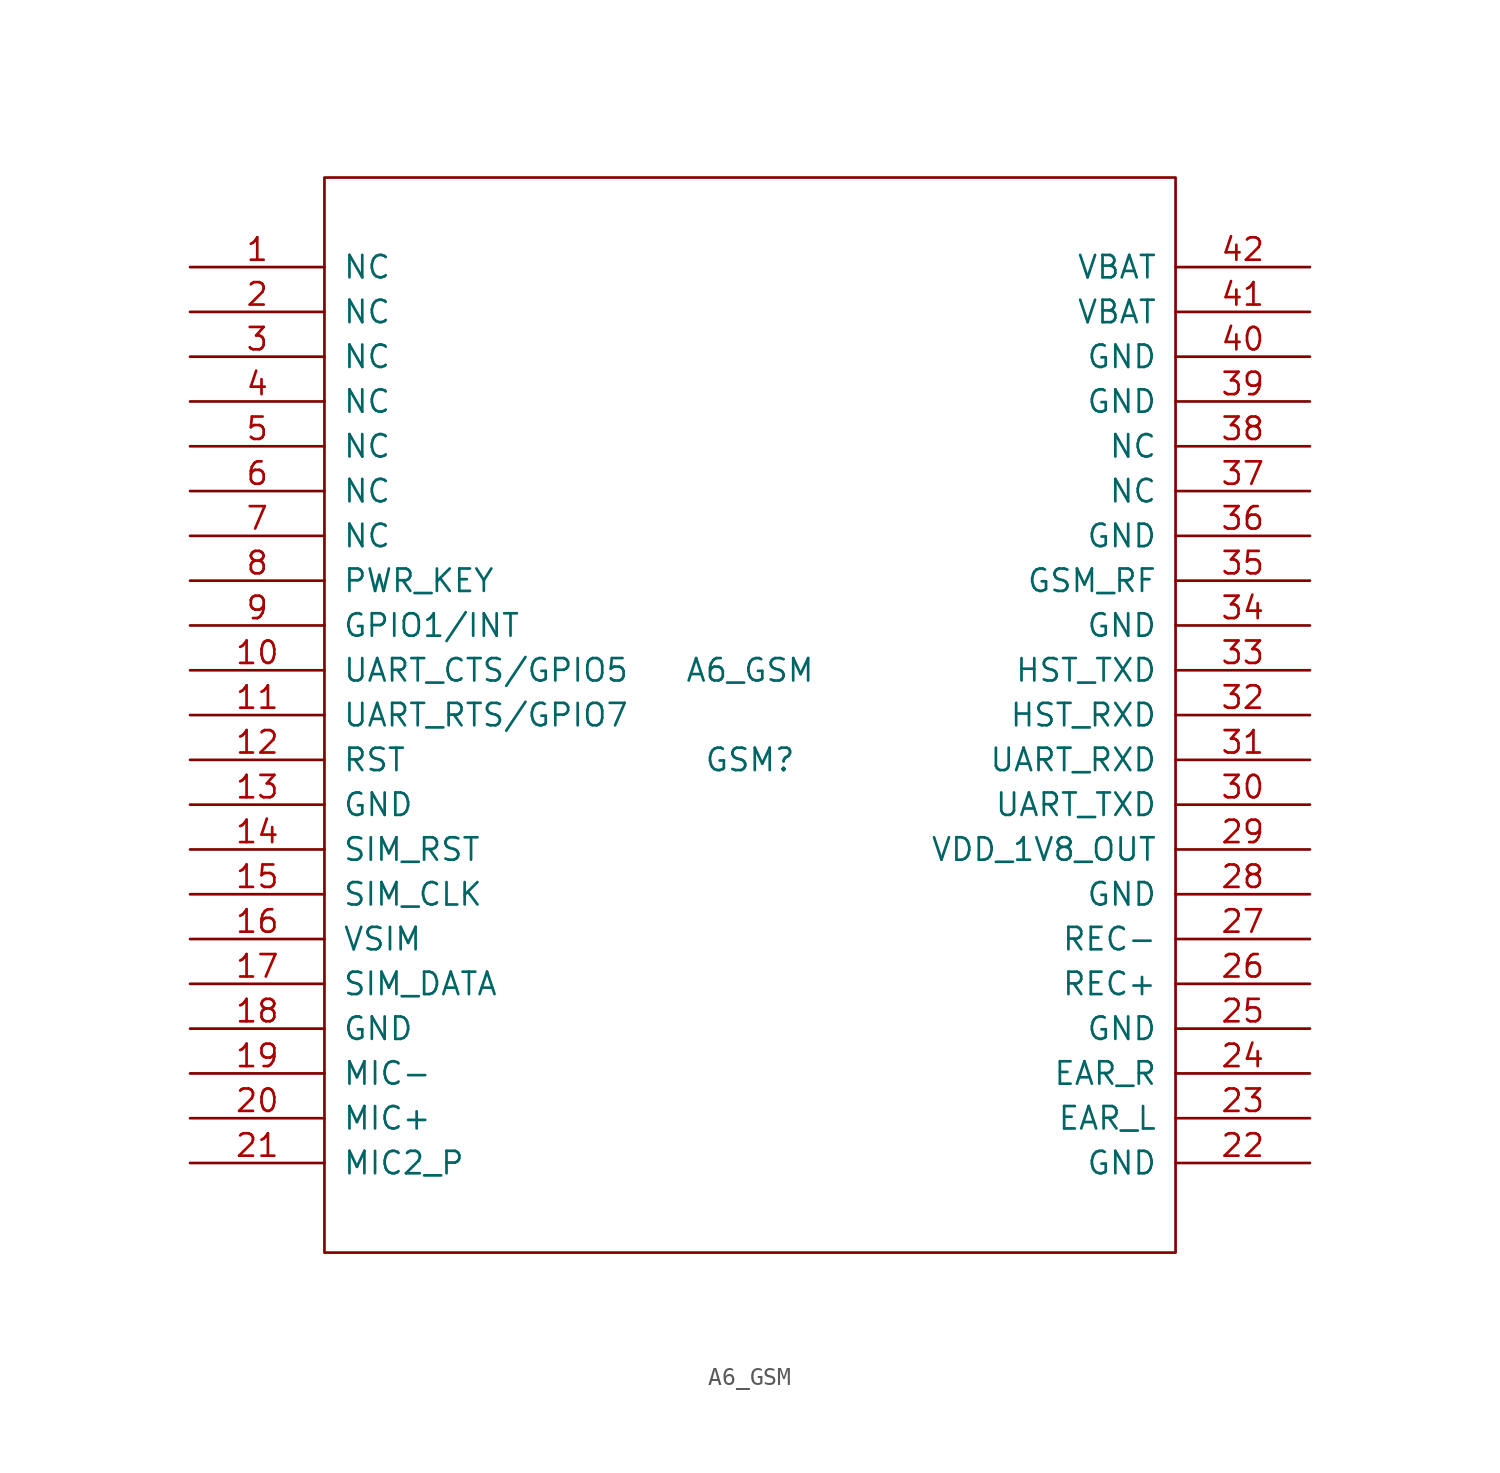
<source format=kicad_sym>
(kicad_symbol_lib
  (version 20231120)
  (generator "kicad_symbol_editor")
  (generator_version "8.0")
  (symbol "A6_GSM"
    (pin_names
      (offset 1.016))
    (property "Reference" "GSM"
      (at 0 -2.54 0)
      (effects (font (size 1.27 1.27))))
    (property "Value" "A6_GSM"
      (at 0 2.54 0)
      (effects (font (size 1.27 1.27))))
    (symbol "A6_GSM_1_0"
      (rectangle (start -24.13 -30.48) (end 24.13 30.48) (stroke (width 0) (type solid)) (fill (type none))))
    (symbol "A6_GSM_1_1"
      (pin unspecified line (at -31.75 25.4 0) (length 7.62) (name "NC" (effects (font (size 1.27 1.27)))) (number "1" (effects (font (size 1.27 1.27)))))
      (pin input line (at -31.75 2.54 0) (length 7.62) (name "UART_CTS/GPIO5" (effects (font (size 1.27 1.27)))) (number "10" (effects (font (size 1.27 1.27)))))
      (pin input line (at -31.75 0 0) (length 7.62) (name "UART_RTS/GPIO7" (effects (font (size 1.27 1.27)))) (number "11" (effects (font (size 1.27 1.27)))))
      (pin input line (at -31.75 -2.54 0) (length 7.62) (name "RST" (effects (font (size 1.27 1.27)))) (number "12" (effects (font (size 1.27 1.27)))))
      (pin input line (at -31.75 -5.08 0) (length 7.62) (name "GND" (effects (font (size 1.27 1.27)))) (number "13" (effects (font (size 1.27 1.27)))))
      (pin input line (at -31.75 -7.62 0) (length 7.62) (name "SIM_RST" (effects (font (size 1.27 1.27)))) (number "14" (effects (font (size 1.27 1.27)))))
      (pin input line (at -31.75 -10.16 0) (length 7.62) (name "SIM_CLK" (effects (font (size 1.27 1.27)))) (number "15" (effects (font (size 1.27 1.27)))))
      (pin power_out line (at -31.75 -12.7 0) (length 7.62) (name "VSIM" (effects (font (size 1.27 1.27)))) (number "16" (effects (font (size 1.27 1.27)))))
      (pin input line (at -31.75 -15.24 0) (length 7.62) (name "SIM_DATA" (effects (font (size 1.27 1.27)))) (number "17" (effects (font (size 1.27 1.27)))))
      (pin input line (at -31.75 -17.78 0) (length 7.62) (name "GND" (effects (font (size 1.27 1.27)))) (number "18" (effects (font (size 1.27 1.27)))))
      (pin input line (at -31.75 -20.32 0) (length 7.62) (name "MIC-" (effects (font (size 1.27 1.27)))) (number "19" (effects (font (size 1.27 1.27)))))
      (pin unspecified line (at -31.75 22.86 0) (length 7.62) (name "NC" (effects (font (size 1.27 1.27)))) (number "2" (effects (font (size 1.27 1.27)))))
      (pin input line (at -31.75 -22.86 0) (length 7.62) (name "MIC+" (effects (font (size 1.27 1.27)))) (number "20" (effects (font (size 1.27 1.27)))))
      (pin input line (at -31.75 -25.4 0) (length 7.62) (name "MIC2_P" (effects (font (size 1.27 1.27)))) (number "21" (effects (font (size 1.27 1.27)))))
      (pin input line (at 31.75 -25.4 180) (length 7.62) (name "GND" (effects (font (size 1.27 1.27)))) (number "22" (effects (font (size 1.27 1.27)))))
      (pin input line (at 31.75 -22.86 180) (length 7.62) (name "EAR_L" (effects (font (size 1.27 1.27)))) (number "23" (effects (font (size 1.27 1.27)))))
      (pin input line (at 31.75 -20.32 180) (length 7.62) (name "EAR_R" (effects (font (size 1.27 1.27)))) (number "24" (effects (font (size 1.27 1.27)))))
      (pin input line (at 31.75 -17.78 180) (length 7.62) (name "GND" (effects (font (size 1.27 1.27)))) (number "25" (effects (font (size 1.27 1.27)))))
      (pin input line (at 31.75 -15.24 180) (length 7.62) (name "REC+" (effects (font (size 1.27 1.27)))) (number "26" (effects (font (size 1.27 1.27)))))
      (pin input line (at 31.75 -12.7 180) (length 7.62) (name "REC-" (effects (font (size 1.27 1.27)))) (number "27" (effects (font (size 1.27 1.27)))))
      (pin input line (at 31.75 -10.16 180) (length 7.62) (name "GND" (effects (font (size 1.27 1.27)))) (number "28" (effects (font (size 1.27 1.27)))))
      (pin input line (at 31.75 -7.62 180) (length 7.62) (name "VDD_1V8_OUT" (effects (font (size 1.27 1.27)))) (number "29" (effects (font (size 1.27 1.27)))))
      (pin unspecified line (at -31.75 20.32 0) (length 7.62) (name "NC" (effects (font (size 1.27 1.27)))) (number "3" (effects (font (size 1.27 1.27)))))
      (pin input line (at 31.75 -5.08 180) (length 7.62) (name "UART_TXD" (effects (font (size 1.27 1.27)))) (number "30" (effects (font (size 1.27 1.27)))))
      (pin input line (at 31.75 -2.54 180) (length 7.62) (name "UART_RXD" (effects (font (size 1.27 1.27)))) (number "31" (effects (font (size 1.27 1.27)))))
      (pin input line (at 31.75 0 180) (length 7.62) (name "HST_RXD" (effects (font (size 1.27 1.27)))) (number "32" (effects (font (size 1.27 1.27)))))
      (pin input line (at 31.75 2.54 180) (length 7.62) (name "HST_TXD" (effects (font (size 1.27 1.27)))) (number "33" (effects (font (size 1.27 1.27)))))
      (pin input line (at 31.75 5.08 180) (length 7.62) (name "GND" (effects (font (size 1.27 1.27)))) (number "34" (effects (font (size 1.27 1.27)))))
      (pin input line (at 31.75 7.62 180) (length 7.62) (name "GSM_RF" (effects (font (size 1.27 1.27)))) (number "35" (effects (font (size 1.27 1.27)))))
      (pin input line (at 31.75 10.16 180) (length 7.62) (name "GND" (effects (font (size 1.27 1.27)))) (number "36" (effects (font (size 1.27 1.27)))))
      (pin input line (at 31.75 12.7 180) (length 7.62) (name "NC" (effects (font (size 1.27 1.27)))) (number "37" (effects (font (size 1.27 1.27)))))
      (pin input line (at 31.75 15.24 180) (length 7.62) (name "NC" (effects (font (size 1.27 1.27)))) (number "38" (effects (font (size 1.27 1.27)))))
      (pin input line (at 31.75 17.78 180) (length 7.62) (name "GND" (effects (font (size 1.27 1.27)))) (number "39" (effects (font (size 1.27 1.27)))))
      (pin unspecified line (at -31.75 17.78 0) (length 7.62) (name "NC" (effects (font (size 1.27 1.27)))) (number "4" (effects (font (size 1.27 1.27)))))
      (pin input line (at 31.75 20.32 180) (length 7.62) (name "GND" (effects (font (size 1.27 1.27)))) (number "40" (effects (font (size 1.27 1.27)))))
      (pin input line (at 31.75 22.86 180) (length 7.62) (name "VBAT" (effects (font (size 1.27 1.27)))) (number "41" (effects (font (size 1.27 1.27)))))
      (pin input line (at 31.75 25.4 180) (length 7.62) (name "VBAT" (effects (font (size 1.27 1.27)))) (number "42" (effects (font (size 1.27 1.27)))))
      (pin unspecified line (at -31.75 15.24 0) (length 7.62) (name "NC" (effects (font (size 1.27 1.27)))) (number "5" (effects (font (size 1.27 1.27)))))
      (pin unspecified line (at -31.75 12.7 0) (length 7.62) (name "NC" (effects (font (size 1.27 1.27)))) (number "6" (effects (font (size 1.27 1.27)))))
      (pin unspecified line (at -31.75 10.16 0) (length 7.62) (name "NC" (effects (font (size 1.27 1.27)))) (number "7" (effects (font (size 1.27 1.27)))))
      (pin input line (at -31.75 7.62 0) (length 7.62) (name "PWR_KEY" (effects (font (size 1.27 1.27)))) (number "8" (effects (font (size 1.27 1.27)))))
      (pin input line (at -31.75 5.08 0) (length 7.62) (name "GPIO1/INT" (effects (font (size 1.27 1.27)))) (number "9" (effects (font (size 1.27 1.27))))))))
</source>
